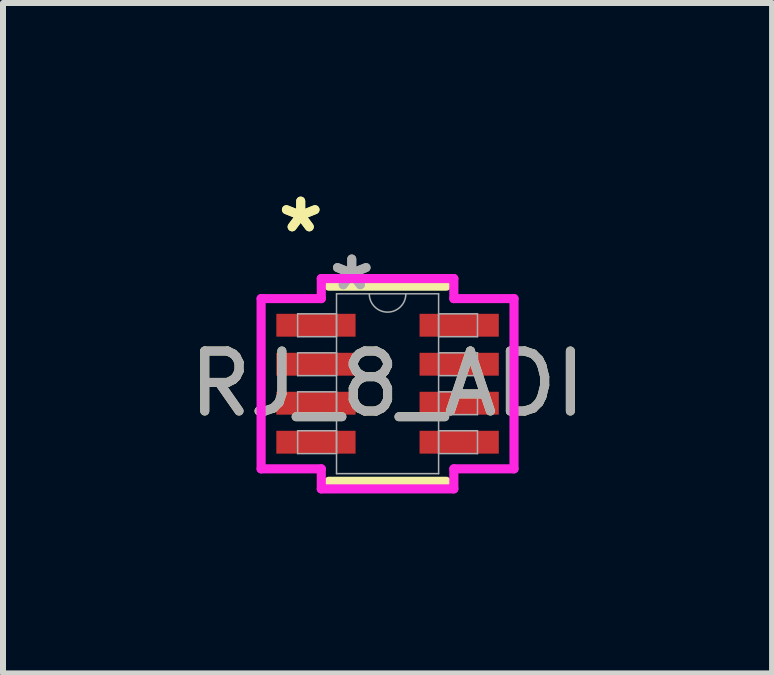
<source format=kicad_pcb>
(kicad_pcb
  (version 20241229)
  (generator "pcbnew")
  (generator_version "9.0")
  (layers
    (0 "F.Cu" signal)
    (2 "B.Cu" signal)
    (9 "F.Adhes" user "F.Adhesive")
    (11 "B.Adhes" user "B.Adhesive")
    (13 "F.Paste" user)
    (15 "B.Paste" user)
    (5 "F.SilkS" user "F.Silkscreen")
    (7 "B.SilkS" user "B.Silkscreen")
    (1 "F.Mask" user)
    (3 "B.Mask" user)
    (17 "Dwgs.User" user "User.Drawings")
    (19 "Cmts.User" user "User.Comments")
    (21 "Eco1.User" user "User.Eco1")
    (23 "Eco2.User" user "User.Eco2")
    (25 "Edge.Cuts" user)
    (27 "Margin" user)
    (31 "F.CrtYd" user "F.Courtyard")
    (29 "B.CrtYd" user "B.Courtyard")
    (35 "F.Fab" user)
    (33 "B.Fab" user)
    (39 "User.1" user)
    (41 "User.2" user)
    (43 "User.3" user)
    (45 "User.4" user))
  (footprint "RJ_8_ADI"
    (layer "F.Cu")
    (at 3.411 3.347)
    (property "Reference" "RJ_8_ADI" (at 0 0 0) (unlocked yes) (layer "F.SilkS") (effects (font (size 1 1) (thickness 0.15))))
    (attr smd)
    (fp_line (start -0.978 1.626) (end 0.978 1.626) (stroke (width 0.152) (type solid)) (layer "F.SilkS"))
    (fp_line (start 0.978 -1.626) (end -0.978 -1.626) (stroke (width 0.152) (type solid)) (layer "F.SilkS"))
    (fp_line (start -2.108 -1.419) (end -1.105 -1.419) (stroke (width 0.152) (type solid)) (layer "F.CrtYd"))
    (fp_line (start -2.108 1.419) (end -2.108 -1.419) (stroke (width 0.152) (type solid)) (layer "F.CrtYd"))
    (fp_line (start -1.105 -1.753) (end 1.105 -1.753) (stroke (width 0.152) (type solid)) (layer "F.CrtYd"))
    (fp_line (start -1.105 -1.419) (end -1.105 -1.753) (stroke (width 0.152) (type solid)) (layer "F.CrtYd"))
    (fp_line (start -1.105 1.419) (end -2.108 1.419) (stroke (width 0.152) (type solid)) (layer "F.CrtYd"))
    (fp_line (start -1.105 1.753) (end -1.105 1.419) (stroke (width 0.152) (type solid)) (layer "F.CrtYd"))
    (fp_line (start 1.105 -1.753) (end 1.105 -1.419) (stroke (width 0.152) (type solid)) (layer "F.CrtYd"))
    (fp_line (start 1.105 -1.419) (end 2.108 -1.419) (stroke (width 0.152) (type solid)) (layer "F.CrtYd"))
    (fp_line (start 1.105 1.419) (end 1.105 1.753) (stroke (width 0.152) (type solid)) (layer "F.CrtYd"))
    (fp_line (start 1.105 1.753) (end -1.105 1.753) (stroke (width 0.152) (type solid)) (layer "F.CrtYd"))
    (fp_line (start 2.108 -1.419) (end 2.108 1.419) (stroke (width 0.152) (type solid)) (layer "F.CrtYd"))
    (fp_line (start 2.108 1.419) (end 1.105 1.419) (stroke (width 0.152) (type solid)) (layer "F.CrtYd"))
    (fp_line (start -1.499 -1.165) (end -1.499 -0.784) (stroke (width 0.025) (type solid)) (layer "F.Fab"))
    (fp_line (start -1.499 -0.784) (end -0.851 -0.784) (stroke (width 0.025) (type solid)) (layer "F.Fab"))
    (fp_line (start -1.499 -0.515) (end -1.499 -0.135) (stroke (width 0.025) (type solid)) (layer "F.Fab"))
    (fp_line (start -1.499 -0.135) (end -0.851 -0.135) (stroke (width 0.025) (type solid)) (layer "F.Fab"))
    (fp_line (start -1.499 0.135) (end -1.499 0.515) (stroke (width 0.025) (type solid)) (layer "F.Fab"))
    (fp_line (start -1.499 0.515) (end -0.851 0.515) (stroke (width 0.025) (type solid)) (layer "F.Fab"))
    (fp_line (start -1.499 0.784) (end -1.499 1.165) (stroke (width 0.025) (type solid)) (layer "F.Fab"))
    (fp_line (start -1.499 1.165) (end -0.851 1.165) (stroke (width 0.025) (type solid)) (layer "F.Fab"))
    (fp_line (start -0.851 -1.499) (end -0.851 1.499) (stroke (width 0.025) (type solid)) (layer "F.Fab"))
    (fp_line (start -0.851 -1.165) (end -1.499 -1.165) (stroke (width 0.025) (type solid)) (layer "F.Fab"))
    (fp_line (start -0.851 -0.784) (end -0.851 -1.165) (stroke (width 0.025) (type solid)) (layer "F.Fab"))
    (fp_line (start -0.851 -0.515) (end -1.499 -0.515) (stroke (width 0.025) (type solid)) (layer "F.Fab"))
    (fp_line (start -0.851 -0.135) (end -0.851 -0.515) (stroke (width 0.025) (type solid)) (layer "F.Fab"))
    (fp_line (start -0.851 0.135) (end -1.499 0.135) (stroke (width 0.025) (type solid)) (layer "F.Fab"))
    (fp_line (start -0.851 0.515) (end -0.851 0.135) (stroke (width 0.025) (type solid)) (layer "F.Fab"))
    (fp_line (start -0.851 0.784) (end -1.499 0.784) (stroke (width 0.025) (type solid)) (layer "F.Fab"))
    (fp_line (start -0.851 1.165) (end -0.851 0.784) (stroke (width 0.025) (type solid)) (layer "F.Fab"))
    (fp_line (start -0.851 1.499) (end 0.851 1.499) (stroke (width 0.025) (type solid)) (layer "F.Fab"))
    (fp_line (start 0.851 -1.499) (end -0.851 -1.499) (stroke (width 0.025) (type solid)) (layer "F.Fab"))
    (fp_line (start 0.851 -1.165) (end 0.851 -0.784) (stroke (width 0.025) (type solid)) (layer "F.Fab"))
    (fp_line (start 0.851 -0.784) (end 1.499 -0.784) (stroke (width 0.025) (type solid)) (layer "F.Fab"))
    (fp_line (start 0.851 -0.515) (end 0.851 -0.135) (stroke (width 0.025) (type solid)) (layer "F.Fab"))
    (fp_line (start 0.851 -0.135) (end 1.499 -0.135) (stroke (width 0.025) (type solid)) (layer "F.Fab"))
    (fp_line (start 0.851 0.135) (end 0.851 0.515) (stroke (width 0.025) (type solid)) (layer "F.Fab"))
    (fp_line (start 0.851 0.515) (end 1.499 0.515) (stroke (width 0.025) (type solid)) (layer "F.Fab"))
    (fp_line (start 0.851 0.784) (end 0.851 1.165) (stroke (width 0.025) (type solid)) (layer "F.Fab"))
    (fp_line (start 0.851 1.165) (end 1.499 1.165) (stroke (width 0.025) (type solid)) (layer "F.Fab"))
    (fp_line (start 0.851 1.499) (end 0.851 -1.499) (stroke (width 0.025) (type solid)) (layer "F.Fab"))
    (fp_line (start 1.499 -1.165) (end 0.851 -1.165) (stroke (width 0.025) (type solid)) (layer "F.Fab"))
    (fp_line (start 1.499 -0.784) (end 1.499 -1.165) (stroke (width 0.025) (type solid)) (layer "F.Fab"))
    (fp_line (start 1.499 -0.515) (end 0.851 -0.515) (stroke (width 0.025) (type solid)) (layer "F.Fab"))
    (fp_line (start 1.499 -0.135) (end 1.499 -0.515) (stroke (width 0.025) (type solid)) (layer "F.Fab"))
    (fp_line (start 1.499 0.135) (end 0.851 0.135) (stroke (width 0.025) (type solid)) (layer "F.Fab"))
    (fp_line (start 1.499 0.515) (end 1.499 0.135) (stroke (width 0.025) (type solid)) (layer "F.Fab"))
    (fp_line (start 1.499 0.784) (end 0.851 0.784) (stroke (width 0.025) (type solid)) (layer "F.Fab"))
    (fp_line (start 1.499 1.165) (end 1.499 0.784) (stroke (width 0.025) (type solid)) (layer "F.Fab"))
    (fp_arc (start 0.3048 -1.4986) (mid 0 -1.1938) (end -0.3048 -1.4986) (stroke (width 0.0254) (type solid)) (layer "F.Fab"))
    (fp_text user "*" (at -1.448 -2.499 0) (layer "F.SilkS") (effects (font (size 1 1) (thickness 0.15))))
    (fp_text user "*" (at -1.448 -2.499 0) (unlocked yes) (layer "F.SilkS") (effects (font (size 1 1) (thickness 0.15))))
    (fp_text user "*" (at -0.597 -1.534 0) (layer "F.Fab") (effects (font (size 1 1) (thickness 0.15))))
    (fp_text user "*" (at -0.597 -1.534 0) (unlocked yes) (layer "F.Fab") (effects (font (size 1 1) (thickness 0.15))))
    (fp_text user "${REFERENCE}" (at 0 0 0) (unlocked yes) (layer "F.Fab") (effects (font (size 1 1) (thickness 0.15))))
    (pad "1" smd rect (at -1.194 -0.975) (size 1.321 0.381) (layers "F.Cu" "F.Mask" "F.Paste"))
    (pad "2" smd rect (at -1.194 -0.325) (size 1.321 0.381) (layers "F.Cu" "F.Mask" "F.Paste"))
    (pad "3" smd rect (at -1.194 0.325) (size 1.321 0.381) (layers "F.Cu" "F.Mask" "F.Paste"))
    (pad "4" smd rect (at -1.194 0.975) (size 1.321 0.381) (layers "F.Cu" "F.Mask" "F.Paste"))
    (pad "5" smd rect (at 1.194 0.975) (size 1.321 0.381) (layers "F.Cu" "F.Mask" "F.Paste"))
    (pad "6" smd rect (at 1.194 0.325) (size 1.321 0.381) (layers "F.Cu" "F.Mask" "F.Paste"))
    (pad "7" smd rect (at 1.194 -0.325) (size 1.321 0.381) (layers "F.Cu" "F.Mask" "F.Paste"))
    (pad "8" smd rect (at 1.194 -0.975) (size 1.321 0.381) (layers "F.Cu" "F.Mask" "F.Paste")))
  (gr_rect
    (start -3 -3)
    (end 9.821 8.176)
    (stroke (width 0.1) (type default))
    (fill no)
    (layer "Edge.Cuts")))
</source>
